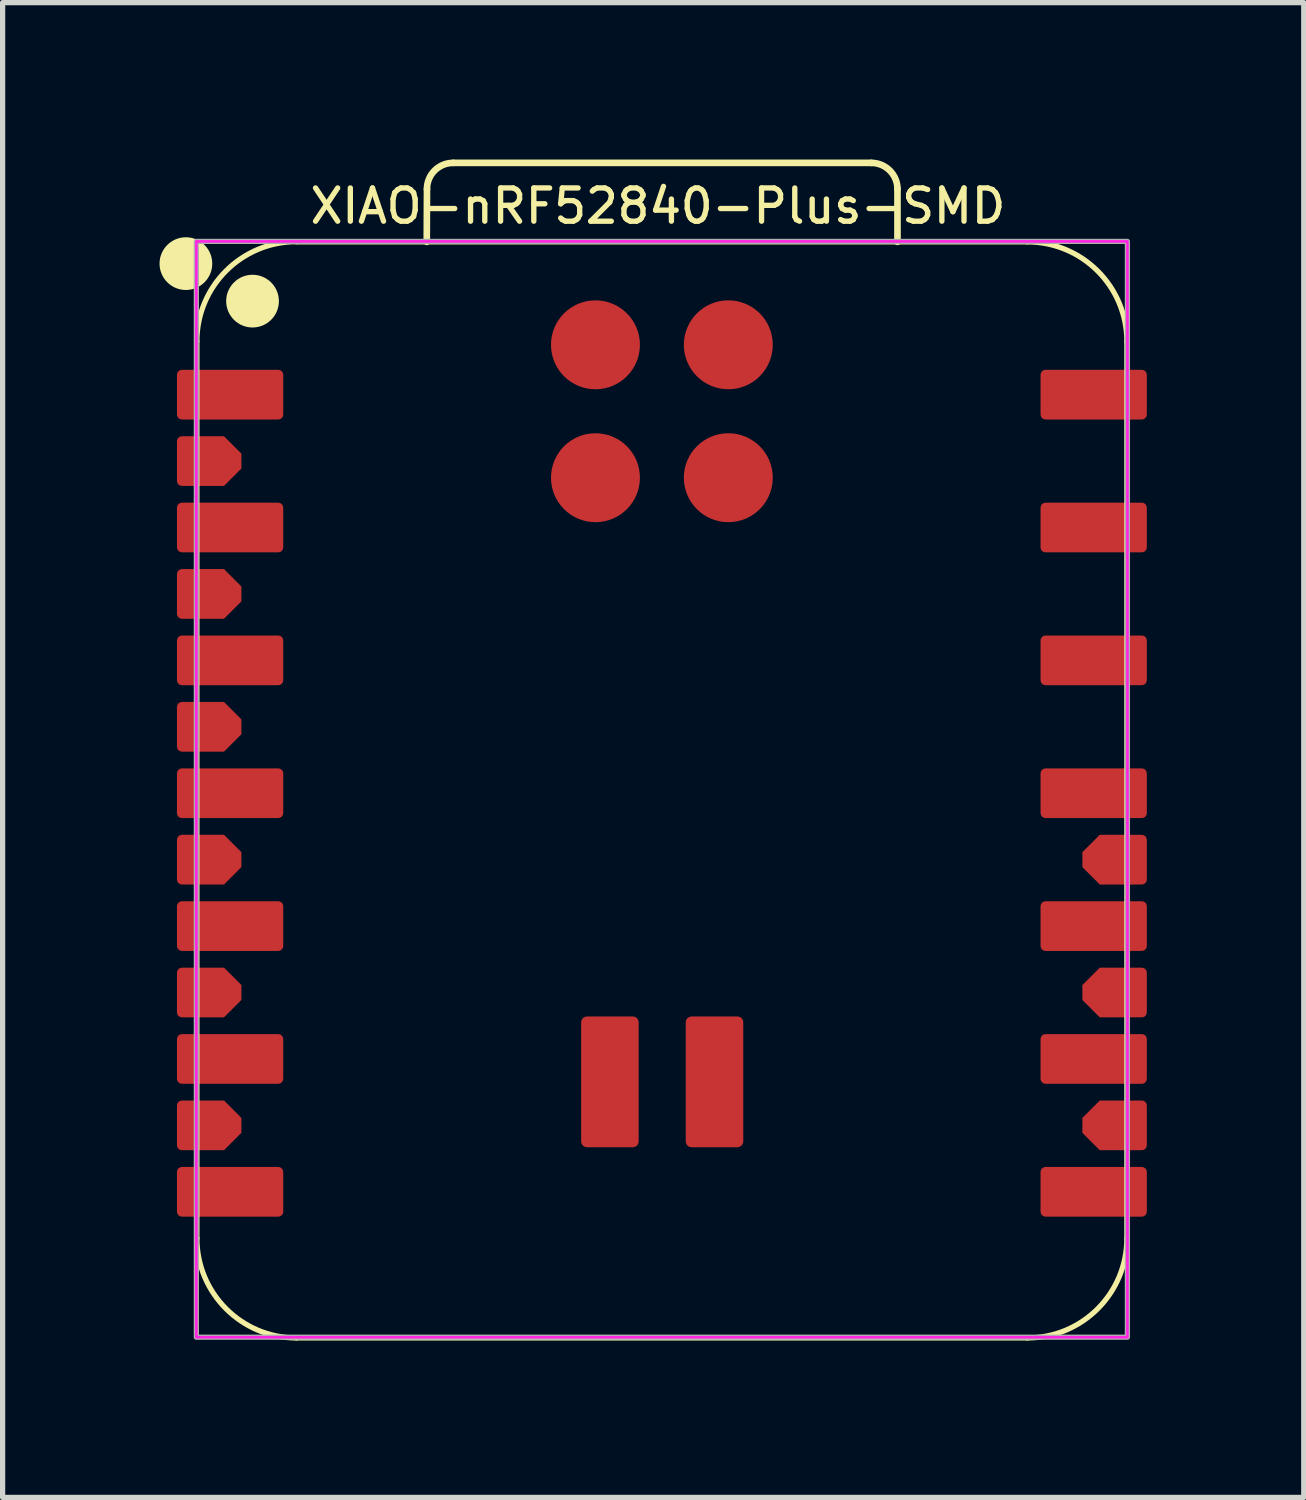
<source format=kicad_pcb>
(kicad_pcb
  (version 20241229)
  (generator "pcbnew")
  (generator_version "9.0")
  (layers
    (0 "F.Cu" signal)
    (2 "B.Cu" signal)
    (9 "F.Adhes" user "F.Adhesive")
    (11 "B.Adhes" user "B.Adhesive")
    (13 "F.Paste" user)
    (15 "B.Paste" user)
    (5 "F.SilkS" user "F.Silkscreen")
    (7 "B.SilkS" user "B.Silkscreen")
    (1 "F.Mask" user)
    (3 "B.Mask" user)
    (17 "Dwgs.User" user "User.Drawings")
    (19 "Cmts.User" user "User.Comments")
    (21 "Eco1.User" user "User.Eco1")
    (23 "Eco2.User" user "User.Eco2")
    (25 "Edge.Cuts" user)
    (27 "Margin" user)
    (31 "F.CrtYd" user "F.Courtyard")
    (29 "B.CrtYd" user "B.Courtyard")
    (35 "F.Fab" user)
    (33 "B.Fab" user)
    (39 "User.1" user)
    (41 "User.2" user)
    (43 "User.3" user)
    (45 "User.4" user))
  (footprint "XIAO-nRF52840-Plus-SMD"
    (layer "F.Cu")
    (at 9.529 12.04)
    (property "Reference" "XIAO-nRF52840-Plus-SMD" (at 0 -11.15 0) (unlocked yes) (layer "F.SilkS") (effects (font (size 0.635 0.635) (thickness 0.102))))
    (attr smd)
    (fp_line (start -8.815 8.584) (end -8.815 -8.561) (stroke (width 0.1) (type solid)) (layer "F.SilkS"))
    (fp_line (start -6.91 10.489) (end 7.06 10.489) (stroke (width 0.1) (type solid)) (layer "F.SilkS"))
    (fp_line (start -4.42 -10.466) (end -4.416 -11.476) (stroke (width 0.127) (type solid)) (layer "F.SilkS"))
    (fp_line (start -3.916 -11.976) (end 4.079 -11.976) (stroke (width 0.127) (type solid)) (layer "F.SilkS"))
    (fp_line (start 4.579 -11.476) (end 4.579 -10.466) (stroke (width 0.127) (type solid)) (layer "F.SilkS"))
    (fp_line (start 7.06 -10.466) (end -6.91 -10.466) (stroke (width 0.1) (type solid)) (layer "F.SilkS"))
    (fp_line (start 8.965 8.584) (end 8.965 -8.561) (stroke (width 0.1) (type solid)) (layer "F.SilkS"))
    (fp_arc (start -8.815 -8.565) (mid -8.257038 -9.912038) (end -6.91 -10.47) (stroke (width 0.1) (type solid)) (layer "F.SilkS"))
    (fp_arc (start -6.91 10.489) (mid -8.257038 9.931038) (end -8.815 8.584) (stroke (width 0.1) (type solid)) (layer "F.SilkS"))
    (fp_arc (start -4.416272 -11.476272) (mid -4.269724 -11.829644) (end -3.916272 -11.976) (stroke (width 0.127) (type default)) (layer "F.SilkS"))
    (fp_arc (start 4.079 -11.976) (mid 4.432524 -11.829524) (end 4.579 -11.476) (stroke (width 0.127) (type default)) (layer "F.SilkS"))
    (fp_arc (start 7.06 -10.466) (mid 8.407024 -9.908024) (end 8.965 -8.561) (stroke (width 0.1) (type solid)) (layer "F.SilkS"))
    (fp_arc (start 8.965 8.584) (mid 8.407038 9.931038) (end 7.06 10.489) (stroke (width 0.1) (type solid)) (layer "F.SilkS"))
    (fp_circle (center -9.025 -10.05) (end -9.025 -10.304) (stroke (width 0.5) (type solid)) (fill yes) (layer "F.SilkS"))
    (fp_circle (center -7.751 -9.333) (end -7.751 -9.587) (stroke (width 0.5) (type solid)) (fill yes) (layer "F.SilkS"))
    (fp_rect (start -8.825 -10.475) (end 8.975 10.475) (stroke (width 0.05) (type default)) (fill no) (layer "F.CrtYd"))
    (fp_rect (start -8.825 -10.475) (end 8.975 10.475) (stroke (width 0.1) (type default)) (fill no) (layer "F.Fab"))
    (fp_line (start -8.815 8.584) (end -8.815 -8.561) (stroke (width 0.025) (type solid)) (layer "User.1"))
    (fp_line (start -6.91 10.489) (end 7.06 10.489) (stroke (width 0.025) (type solid)) (layer "User.1"))
    (fp_line (start 7.06 -10.466) (end -6.91 -10.466) (stroke (width 0.025) (type solid)) (layer "User.1"))
    (fp_line (start 8.965 8.584) (end 8.965 -8.561) (stroke (width 0.025) (type solid)) (layer "User.1"))
    (fp_rect (start -3.735 -11.99) (end 3.885 -5.64) (stroke (width 0.076) (type default)) (fill no) (layer "User.1"))
    (fp_arc (start -8.815 -8.561) (mid -8.257038 -9.908038) (end -6.91 -10.466) (stroke (width 0.0254) (type solid)) (layer "User.1"))
    (fp_arc (start -6.91 10.489) (mid -8.257038 9.931038) (end -8.815 8.584) (stroke (width 0.0254) (type solid)) (layer "User.1"))
    (fp_arc (start 7.06 -10.466) (mid 8.407038 -9.908038) (end 8.965 -8.561) (stroke (width 0.0254) (type solid)) (layer "User.1"))
    (fp_arc (start 8.965 8.584) (mid 8.407038 9.931038) (end 7.06 10.489) (stroke (width 0.0254) (type solid)) (layer "User.1"))
    (fp_circle (center -8.815 -7.545) (end -8.815 -7.672) (stroke (width 0.025) (type default)) (fill no) (layer "User.1"))
    (fp_circle (center -8.815 -5.005) (end -8.815 -5.132) (stroke (width 0.025) (type default)) (fill no) (layer "User.1"))
    (fp_circle (center -8.815 -2.465) (end -8.815 -2.592) (stroke (width 0.025) (type default)) (fill no) (layer "User.1"))
    (fp_circle (center -8.815 0.075) (end -8.815 -0.052) (stroke (width 0.025) (type default)) (fill no) (layer "User.1"))
    (fp_circle (center -8.815 2.615) (end -8.815 2.488) (stroke (width 0.025) (type default)) (fill no) (layer "User.1"))
    (fp_circle (center -8.815 5.155) (end -8.815 5.028) (stroke (width 0.025) (type default)) (fill no) (layer "User.1"))
    (fp_circle (center -8.815 7.695) (end -8.815 7.568) (stroke (width 0.025) (type default)) (fill no) (layer "User.1"))
    (fp_circle (center -7.545 -7.545) (end -7.545 -7.672) (stroke (width 0.025) (type default)) (fill no) (layer "User.1"))
    (fp_circle (center -7.545 -5.005) (end -7.545 -5.132) (stroke (width 0.025) (type default)) (fill no) (layer "User.1"))
    (fp_circle (center -7.545 -2.465) (end -7.545 -2.592) (stroke (width 0.025) (type default)) (fill no) (layer "User.1"))
    (fp_circle (center -7.545 0.075) (end -7.545 -0.052) (stroke (width 0.025) (type default)) (fill no) (layer "User.1"))
    (fp_circle (center -7.545 2.615) (end -7.545 2.488) (stroke (width 0.025) (type default)) (fill no) (layer "User.1"))
    (fp_circle (center -7.545 5.155) (end -7.545 5.028) (stroke (width 0.025) (type default)) (fill no) (layer "User.1"))
    (fp_circle (center -7.545 7.695) (end -7.545 7.568) (stroke (width 0.025) (type default)) (fill no) (layer "User.1"))
    (fp_circle (center 7.695 -7.545) (end 7.695 -7.672) (stroke (width 0.025) (type default)) (fill no) (layer "User.1"))
    (fp_circle (center 7.695 -5.005) (end 7.695 -5.132) (stroke (width 0.025) (type default)) (fill no) (layer "User.1"))
    (fp_circle (center 7.695 -2.465) (end 7.695 -2.592) (stroke (width 0.025) (type default)) (fill no) (layer "User.1"))
    (fp_circle (center 7.695 0.075) (end 7.695 -0.052) (stroke (width 0.025) (type default)) (fill no) (layer "User.1"))
    (fp_circle (center 7.695 2.615) (end 7.695 2.488) (stroke (width 0.025) (type default)) (fill no) (layer "User.1"))
    (fp_circle (center 7.695 5.155) (end 7.695 5.028) (stroke (width 0.025) (type default)) (fill no) (layer "User.1"))
    (fp_circle (center 7.695 7.695) (end 7.695 7.568) (stroke (width 0.025) (type default)) (fill no) (layer "User.1"))
    (fp_circle (center 8.965 -7.545) (end 8.965 -7.672) (stroke (width 0.025) (type default)) (fill no) (layer "User.1"))
    (fp_circle (center 8.965 -5.005) (end 8.965 -5.132) (stroke (width 0.025) (type default)) (fill no) (layer "User.1"))
    (fp_circle (center 8.965 -2.465) (end 8.965 -2.592) (stroke (width 0.025) (type default)) (fill no) (layer "User.1"))
    (fp_circle (center 8.965 0.075) (end 8.965 -0.052) (stroke (width 0.025) (type default)) (fill no) (layer "User.1"))
    (fp_circle (center 8.965 2.615) (end 8.965 2.488) (stroke (width 0.025) (type default)) (fill no) (layer "User.1"))
    (fp_circle (center 8.965 5.155) (end 8.965 5.028) (stroke (width 0.025) (type default)) (fill no) (layer "User.1"))
    (fp_circle (center 8.965 7.695) (end 8.965 7.568) (stroke (width 0.025) (type default)) (fill no) (layer "User.1"))
    (pad "1" smd roundrect (at -8.18 -7.545 180) (size 2.032 0.95) (layers "F.Cu" "F.Mask" "F.Paste") (roundrect_rratio 0.1))
    (pad "2" smd roundrect (at -8.18 -5.005 180) (size 2.032 0.95) (layers "F.Cu" "F.Mask" "F.Paste") (roundrect_rratio 0.1))
    (pad "3" smd roundrect (at -8.18 -2.465 180) (size 2.032 0.95) (layers "F.Cu" "F.Mask" "F.Paste") (roundrect_rratio 0.1))
    (pad "4" smd roundrect (at -8.18 0.075 180) (size 2.032 0.95) (layers "F.Cu" "F.Mask" "F.Paste") (roundrect_rratio 0.1))
    (pad "5" smd roundrect (at -8.18 2.615 180) (size 2.032 0.95) (layers "F.Cu" "F.Mask" "F.Paste") (roundrect_rratio 0.1))
    (pad "6" smd roundrect (at -8.18 5.155 180) (size 2.032 0.95) (layers "F.Cu" "F.Mask" "F.Paste") (roundrect_rratio 0.1))
    (pad "7" smd roundrect (at -8.18 7.695 180) (size 2.032 0.95) (layers "F.Cu" "F.Mask" "F.Paste") (roundrect_rratio 0.1))
    (pad "8" smd roundrect (at 8.33 7.695) (size 2.032 0.95) (layers "F.Cu" "F.Mask" "F.Paste") (roundrect_rratio 0.1))
    (pad "9" smd roundrect (at 8.33 5.155) (size 2.032 0.95) (layers "F.Cu" "F.Mask" "F.Paste") (roundrect_rratio 0.1))
    (pad "10" smd roundrect (at 8.33 2.615) (size 2.032 0.95) (layers "F.Cu" "F.Mask" "F.Paste") (roundrect_rratio 0.1))
    (pad "11" smd roundrect (at 8.33 0.075) (size 2.032 0.95) (layers "F.Cu" "F.Mask" "F.Paste") (roundrect_rratio 0.1))
    (pad "12" smd roundrect (at 8.33 -2.465) (size 2.032 0.95) (layers "F.Cu" "F.Mask" "F.Paste") (roundrect_rratio 0.1))
    (pad "13" smd roundrect (at 8.33 -5.005) (size 2.032 0.95) (layers "F.Cu" "F.Mask" "F.Paste") (roundrect_rratio 0.1))
    (pad "14" smd roundrect (at 8.33 -7.545) (size 2.032 0.95) (layers "F.Cu" "F.Mask" "F.Paste") (roundrect_rratio 0.1))
    (pad "15" smd roundrect (at -8.58 -6.275 180) (size 1.232 0.95) (layers "F.Cu" "F.Mask" "F.Paste") (roundrect_rratio 0.1) (chamfer_ratio 0.35) (chamfer top_left bottom_left))
    (pad "16" smd roundrect (at -8.58 -3.735 180) (size 1.232 0.95) (layers "F.Cu" "F.Mask" "F.Paste") (roundrect_rratio 0.1) (chamfer_ratio 0.35) (chamfer top_left bottom_left))
    (pad "17" smd roundrect (at -8.58 -1.195 180) (size 1.232 0.95) (layers "F.Cu" "F.Mask" "F.Paste") (roundrect_rratio 0.1) (chamfer_ratio 0.35) (chamfer top_left bottom_left))
    (pad "18" smd roundrect (at -8.58 1.345 180) (size 1.232 0.95) (layers "F.Cu" "F.Mask" "F.Paste") (roundrect_rratio 0.1) (chamfer_ratio 0.35) (chamfer top_left bottom_left))
    (pad "19" smd roundrect (at -8.58 3.885 180) (size 1.232 0.95) (layers "F.Cu" "F.Mask" "F.Paste") (roundrect_rratio 0.1) (chamfer_ratio 0.35) (chamfer top_left bottom_left))
    (pad "20" smd roundrect (at -8.58 6.425 180) (size 1.232 0.95) (layers "F.Cu" "F.Mask" "F.Paste") (roundrect_rratio 0.1) (chamfer_ratio 0.35) (chamfer top_left bottom_left))
    (pad "21" smd roundrect (at 8.73 6.425) (size 1.232 0.95) (layers "F.Cu" "F.Mask" "F.Paste") (roundrect_rratio 0.1) (chamfer_ratio 0.35) (chamfer top_left bottom_left))
    (pad "22" smd roundrect (at 8.73 3.885) (size 1.232 0.95) (layers "F.Cu" "F.Mask" "F.Paste") (roundrect_rratio 0.1) (chamfer_ratio 0.35) (chamfer top_left bottom_left))
    (pad "23" smd roundrect (at 8.73 1.345) (size 1.232 0.95) (layers "F.Cu" "F.Mask" "F.Paste") (roundrect_rratio 0.1) (chamfer_ratio 0.35) (chamfer top_left bottom_left))
    (pad "24" smd circle (at -1.195 -8.498) (size 1.7 1.7) (layers "F.Cu" "F.Mask" "F.Paste"))
    (pad "25" smd circle (at 1.345 -8.498) (size 1.7 1.7) (layers "F.Cu" "F.Mask" "F.Paste"))
    (pad "26" smd circle (at -1.195 -5.957) (size 1.7 1.7) (layers "F.Cu" "F.Mask" "F.Paste"))
    (pad "27" smd circle (at 1.345 -5.957) (size 1.7 1.7) (layers "F.Cu" "F.Mask" "F.Paste"))
    (pad "32" smd roundrect (at -0.919 5.593 270) (size 2.5 1.1) (layers "F.Cu" "F.Mask" "F.Paste") (roundrect_rratio 0.1))
    (pad "33" smd roundrect (at 1.081 5.593 270) (size 2.5 1.1) (layers "F.Cu" "F.Mask" "F.Paste") (roundrect_rratio 0.1)))
  (gr_rect
    (start -3 -3)
    (end 21.875 25.578)
    (stroke (width 0.1) (type default))
    (fill no)
    (layer "Edge.Cuts")))
</source>
